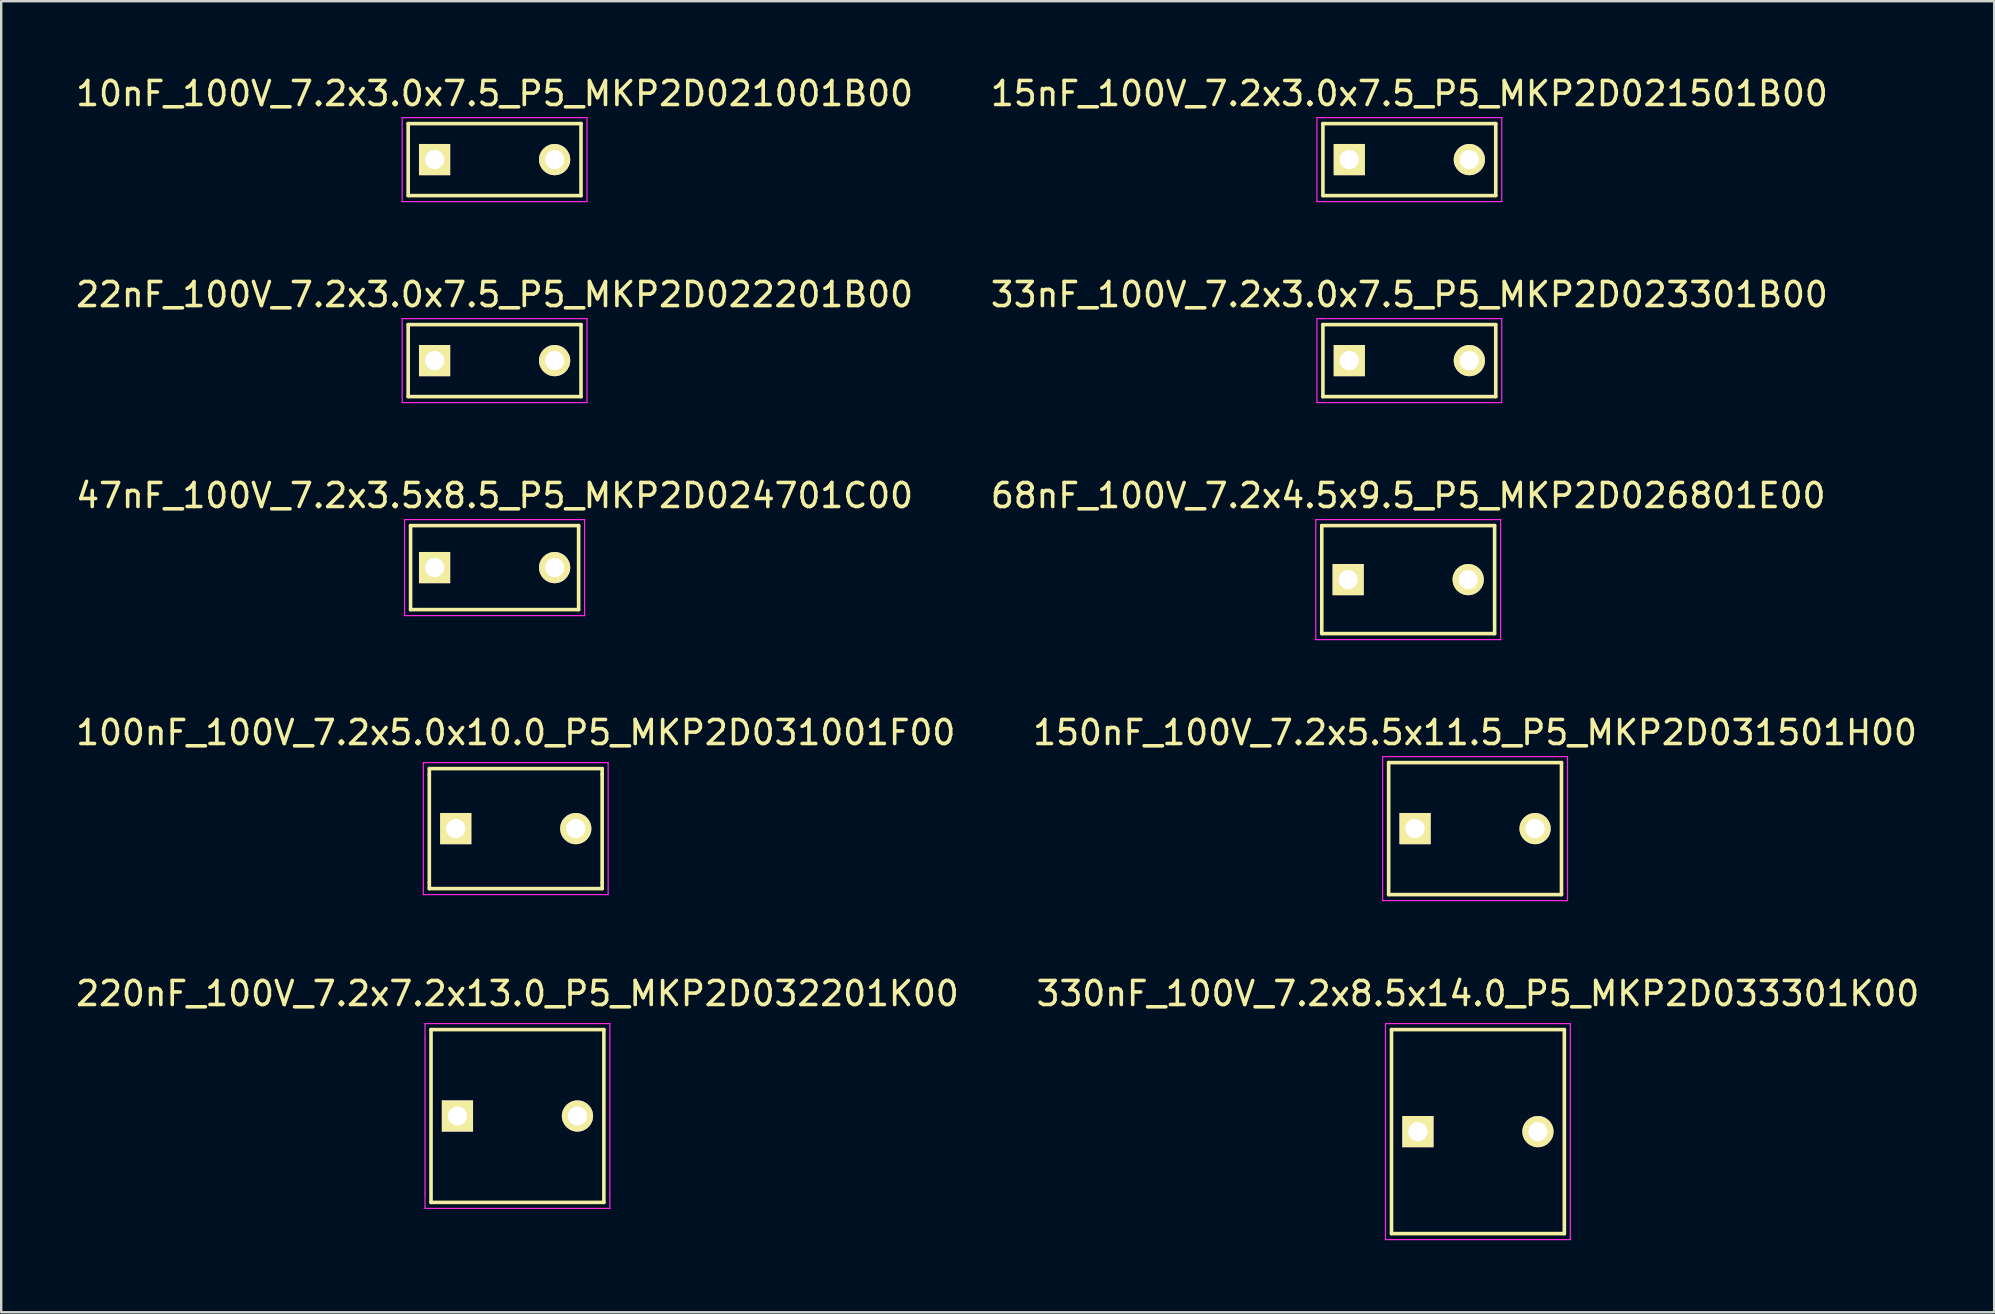
<source format=kicad_pcb>
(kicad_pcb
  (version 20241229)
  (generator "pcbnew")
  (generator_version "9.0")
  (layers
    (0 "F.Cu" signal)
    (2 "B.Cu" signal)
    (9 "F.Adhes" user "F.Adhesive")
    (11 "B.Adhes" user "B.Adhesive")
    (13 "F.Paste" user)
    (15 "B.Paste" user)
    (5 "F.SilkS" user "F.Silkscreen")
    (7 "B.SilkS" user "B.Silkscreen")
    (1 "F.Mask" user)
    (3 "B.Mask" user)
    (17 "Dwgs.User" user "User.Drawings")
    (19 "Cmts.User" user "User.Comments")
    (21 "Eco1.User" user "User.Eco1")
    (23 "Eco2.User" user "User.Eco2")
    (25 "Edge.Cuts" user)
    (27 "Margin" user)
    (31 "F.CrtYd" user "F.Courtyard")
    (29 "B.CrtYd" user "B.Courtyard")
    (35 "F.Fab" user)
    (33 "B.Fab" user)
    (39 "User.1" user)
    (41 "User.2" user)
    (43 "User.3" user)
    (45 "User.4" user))
  (footprint "10nF_100V_7.2x3.0x7.5_P5_MKP2D021001B00"
    (layer "F.Cu")
    (at 15.054 3.598)
    (property "Reference" "10nF_100V_7.2x3.0x7.5_P5_MKP2D021001B00" (at 2.5 -2.75 0) (layer "F.SilkS") (effects (font (size 1 1) (thickness 0.15))))
    (attr through_hole)
    (fp_line (start -1.1 -1.5) (end 6.1 -1.5) (stroke (width 0.15) (type solid)) (layer "F.SilkS"))
    (fp_line (start -1.1 1.5) (end -1.1 -1.5) (stroke (width 0.15) (type solid)) (layer "F.SilkS"))
    (fp_line (start 6.1 -1.5) (end 6.1 1.5) (stroke (width 0.15) (type solid)) (layer "F.SilkS"))
    (fp_line (start 6.1 1.5) (end -1.1 1.5) (stroke (width 0.15) (type solid)) (layer "F.SilkS"))
    (fp_line (start -1.35 1.75) (end -1.35 -1.75) (stroke (width 0.05) (type solid)) (layer "F.CrtYd"))
    (fp_line (start -1.2 -1.75) (end 6.3 -1.75) (stroke (width 0.05) (type solid)) (layer "F.CrtYd"))
    (fp_line (start -1.15 -1.75) (end -1.35 -1.75) (stroke (width 0.05) (type solid)) (layer "F.CrtYd"))
    (fp_line (start -1.15 1.75) (end -1.35 1.75) (stroke (width 0.05) (type solid)) (layer "F.CrtYd"))
    (fp_line (start 6.35 -1.75) (end 6.3 -1.75) (stroke (width 0.05) (type solid)) (layer "F.CrtYd"))
    (fp_line (start 6.35 1.75) (end -1.15 1.75) (stroke (width 0.05) (type solid)) (layer "F.CrtYd"))
    (fp_line (start 6.35 1.75) (end 6.35 -1.75) (stroke (width 0.05) (type solid)) (layer "F.CrtYd"))
    (pad "1" thru_hole rect (at 0 0) (size 1.3 1.3) (drill 0.8) (layers "*.Cu" "*.Mask" "F.SilkS"))
    (pad "2" thru_hole circle (at 5 0) (size 1.3 1.3) (drill 0.8) (layers "*.Cu" "*.Mask" "F.SilkS")))
  (footprint "15nF_100V_7.2x3.0x7.5_P5_MKP2D021501B00"
    (layer "F.Cu")
    (at 53.161 3.598)
    (property "Reference" "15nF_100V_7.2x3.0x7.5_P5_MKP2D021501B00" (at 2.5 -2.75 0) (layer "F.SilkS") (effects (font (size 1 1) (thickness 0.15))))
    (attr through_hole)
    (fp_line (start -1.1 -1.5) (end 6.1 -1.5) (stroke (width 0.15) (type solid)) (layer "F.SilkS"))
    (fp_line (start -1.1 1.5) (end -1.1 -1.5) (stroke (width 0.15) (type solid)) (layer "F.SilkS"))
    (fp_line (start 6.1 -1.5) (end 6.1 1.5) (stroke (width 0.15) (type solid)) (layer "F.SilkS"))
    (fp_line (start 6.1 1.5) (end -1.1 1.5) (stroke (width 0.15) (type solid)) (layer "F.SilkS"))
    (fp_line (start -1.35 1.75) (end -1.35 -1.75) (stroke (width 0.05) (type solid)) (layer "F.CrtYd"))
    (fp_line (start -1.2 -1.75) (end 6.3 -1.75) (stroke (width 0.05) (type solid)) (layer "F.CrtYd"))
    (fp_line (start -1.15 -1.75) (end -1.35 -1.75) (stroke (width 0.05) (type solid)) (layer "F.CrtYd"))
    (fp_line (start -1.15 1.75) (end -1.35 1.75) (stroke (width 0.05) (type solid)) (layer "F.CrtYd"))
    (fp_line (start 6.35 -1.75) (end 6.3 -1.75) (stroke (width 0.05) (type solid)) (layer "F.CrtYd"))
    (fp_line (start 6.35 1.75) (end -1.15 1.75) (stroke (width 0.05) (type solid)) (layer "F.CrtYd"))
    (fp_line (start 6.35 1.75) (end 6.35 -1.75) (stroke (width 0.05) (type solid)) (layer "F.CrtYd"))
    (pad "1" thru_hole rect (at 0 0) (size 1.3 1.3) (drill 0.8) (layers "*.Cu" "*.Mask" "F.SilkS"))
    (pad "2" thru_hole circle (at 5 0) (size 1.3 1.3) (drill 0.8) (layers "*.Cu" "*.Mask" "F.SilkS")))
  (footprint "33nF_100V_7.2x3.0x7.5_P5_MKP2D023301B00"
    (layer "F.Cu")
    (at 53.161 11.972)
    (property "Reference" "33nF_100V_7.2x3.0x7.5_P5_MKP2D023301B00" (at 2.5 -2.75 0) (layer "F.SilkS") (effects (font (size 1 1) (thickness 0.15))))
    (attr through_hole)
    (fp_line (start -1.1 -1.5) (end 6.1 -1.5) (stroke (width 0.15) (type solid)) (layer "F.SilkS"))
    (fp_line (start -1.1 1.5) (end -1.1 -1.5) (stroke (width 0.15) (type solid)) (layer "F.SilkS"))
    (fp_line (start 6.1 -1.5) (end 6.1 1.5) (stroke (width 0.15) (type solid)) (layer "F.SilkS"))
    (fp_line (start 6.1 1.5) (end -1.1 1.5) (stroke (width 0.15) (type solid)) (layer "F.SilkS"))
    (fp_line (start -1.35 1.75) (end -1.35 -1.75) (stroke (width 0.05) (type solid)) (layer "F.CrtYd"))
    (fp_line (start -1.2 -1.75) (end 6.3 -1.75) (stroke (width 0.05) (type solid)) (layer "F.CrtYd"))
    (fp_line (start -1.15 -1.75) (end -1.35 -1.75) (stroke (width 0.05) (type solid)) (layer "F.CrtYd"))
    (fp_line (start -1.15 1.75) (end -1.35 1.75) (stroke (width 0.05) (type solid)) (layer "F.CrtYd"))
    (fp_line (start 6.35 -1.75) (end 6.3 -1.75) (stroke (width 0.05) (type solid)) (layer "F.CrtYd"))
    (fp_line (start 6.35 1.75) (end -1.15 1.75) (stroke (width 0.05) (type solid)) (layer "F.CrtYd"))
    (fp_line (start 6.35 1.75) (end 6.35 -1.75) (stroke (width 0.05) (type solid)) (layer "F.CrtYd"))
    (pad "1" thru_hole rect (at 0 0) (size 1.3 1.3) (drill 0.8) (layers "*.Cu" "*.Mask" "F.SilkS"))
    (pad "2" thru_hole circle (at 5 0) (size 1.3 1.3) (drill 0.8) (layers "*.Cu" "*.Mask" "F.SilkS")))
  (footprint "47nF_100V_7.2x3.5x8.5_P5_MKP2D024701C00"
    (layer "F.Cu")
    (at 15.054 20.595)
    (property "Reference" "47nF_100V_7.2x3.5x8.5_P5_MKP2D024701C00" (at 2.5 -3 0) (layer "F.SilkS") (effects (font (size 1 1) (thickness 0.15))))
    (attr through_hole)
    (fp_line (start -1 -1.75) (end 6 -1.75) (stroke (width 0.15) (type solid)) (layer "F.SilkS"))
    (fp_line (start -1 1.75) (end -1 -1.75) (stroke (width 0.15) (type solid)) (layer "F.SilkS"))
    (fp_line (start 6 -1.75) (end 6 1.75) (stroke (width 0.15) (type solid)) (layer "F.SilkS"))
    (fp_line (start 6 1.75) (end -1 1.75) (stroke (width 0.15) (type solid)) (layer "F.SilkS"))
    (fp_line (start -1.25 -2) (end 6.25 -2) (stroke (width 0.05) (type solid)) (layer "F.CrtYd"))
    (fp_line (start -1.25 2) (end -1.25 -2) (stroke (width 0.05) (type solid)) (layer "F.CrtYd"))
    (fp_line (start 6.25 -2) (end 6.25 2) (stroke (width 0.05) (type solid)) (layer "F.CrtYd"))
    (fp_line (start 6.25 2) (end -1.25 2) (stroke (width 0.05) (type solid)) (layer "F.CrtYd"))
    (pad "1" thru_hole rect (at 0 0) (size 1.3 1.3) (drill 0.8) (layers "*.Cu" "*.Mask" "F.SilkS"))
    (pad "2" thru_hole circle (at 5 0) (size 1.3 1.3) (drill 0.8) (layers "*.Cu" "*.Mask" "F.SilkS")))
  (footprint "22nF_100V_7.2x3.0x7.5_P5_MKP2D022201B00"
    (layer "F.Cu")
    (at 15.054 11.972)
    (property "Reference" "22nF_100V_7.2x3.0x7.5_P5_MKP2D022201B00" (at 2.5 -2.75 0) (layer "F.SilkS") (effects (font (size 1 1) (thickness 0.15))))
    (attr through_hole)
    (fp_line (start -1.1 -1.5) (end 6.1 -1.5) (stroke (width 0.15) (type solid)) (layer "F.SilkS"))
    (fp_line (start -1.1 1.5) (end -1.1 -1.5) (stroke (width 0.15) (type solid)) (layer "F.SilkS"))
    (fp_line (start 6.1 -1.5) (end 6.1 1.5) (stroke (width 0.15) (type solid)) (layer "F.SilkS"))
    (fp_line (start 6.1 1.5) (end -1.1 1.5) (stroke (width 0.15) (type solid)) (layer "F.SilkS"))
    (fp_line (start -1.35 1.75) (end -1.35 -1.75) (stroke (width 0.05) (type solid)) (layer "F.CrtYd"))
    (fp_line (start -1.2 -1.75) (end 6.3 -1.75) (stroke (width 0.05) (type solid)) (layer "F.CrtYd"))
    (fp_line (start -1.15 -1.75) (end -1.35 -1.75) (stroke (width 0.05) (type solid)) (layer "F.CrtYd"))
    (fp_line (start -1.15 1.75) (end -1.35 1.75) (stroke (width 0.05) (type solid)) (layer "F.CrtYd"))
    (fp_line (start 6.35 -1.75) (end 6.3 -1.75) (stroke (width 0.05) (type solid)) (layer "F.CrtYd"))
    (fp_line (start 6.35 1.75) (end -1.15 1.75) (stroke (width 0.05) (type solid)) (layer "F.CrtYd"))
    (fp_line (start 6.35 1.75) (end 6.35 -1.75) (stroke (width 0.05) (type solid)) (layer "F.CrtYd"))
    (pad "1" thru_hole rect (at 0 0) (size 1.3 1.3) (drill 0.8) (layers "*.Cu" "*.Mask" "F.SilkS"))
    (pad "2" thru_hole circle (at 5 0) (size 1.3 1.3) (drill 0.8) (layers "*.Cu" "*.Mask" "F.SilkS")))
  (footprint "330nF_100V_7.2x8.5x14.0_P5_MKP2D033301K00"
    (layer "F.Cu")
    (at 56.018 44.091)
    (property "Reference" "330nF_100V_7.2x8.5x14.0_P5_MKP2D033301K00" (at 2.5 -5.75 0) (layer "F.SilkS") (effects (font (size 1 1) (thickness 0.15))))
    (attr through_hole)
    (fp_line (start -1.1 -4.25) (end 6.1 -4.25) (stroke (width 0.15) (type solid)) (layer "F.SilkS"))
    (fp_line (start -1.1 4.25) (end -1.1 -4.25) (stroke (width 0.15) (type solid)) (layer "F.SilkS"))
    (fp_line (start 6.1 -4.25) (end 6.1 4.25) (stroke (width 0.15) (type solid)) (layer "F.SilkS"))
    (fp_line (start 6.1 4.25) (end -1.1 4.25) (stroke (width 0.15) (type solid)) (layer "F.SilkS"))
    (fp_line (start -1.35 -4.5) (end -1.35 4.5) (stroke (width 0.05) (type solid)) (layer "F.CrtYd"))
    (fp_line (start -1.15 -4.5) (end -1.35 -4.5) (stroke (width 0.05) (type solid)) (layer "F.CrtYd"))
    (fp_line (start -1.15 -4.5) (end 6.35 -4.5) (stroke (width 0.05) (type solid)) (layer "F.CrtYd"))
    (fp_line (start -1.15 4.5) (end -1.35 4.5) (stroke (width 0.05) (type solid)) (layer "F.CrtYd"))
    (fp_line (start 6.35 4.5) (end -1.15 4.5) (stroke (width 0.05) (type solid)) (layer "F.CrtYd"))
    (fp_line (start 6.35 4.5) (end 6.35 -4.5) (stroke (width 0.05) (type solid)) (layer "F.CrtYd"))
    (pad "1" thru_hole rect (at 0 0) (size 1.3 1.3) (drill 0.8) (layers "*.Cu" "*.Mask" "F.SilkS"))
    (pad "2" thru_hole circle (at 5 0) (size 1.3 1.3) (drill 0.8) (layers "*.Cu" "*.Mask" "F.SilkS")))
  (footprint "68nF_100V_7.2x4.5x9.5_P5_MKP2D026801E00"
    (layer "F.Cu")
    (at 53.113 21.095)
    (property "Reference" "68nF_100V_7.2x4.5x9.5_P5_MKP2D026801E00" (at 2.5 -3.5 0) (layer "F.SilkS") (effects (font (size 1 1) (thickness 0.15))))
    (attr through_hole)
    (fp_line (start -1.1 -2.25) (end 6.1 -2.25) (stroke (width 0.15) (type solid)) (layer "F.SilkS"))
    (fp_line (start -1.1 2.25) (end -1.1 -2.25) (stroke (width 0.15) (type solid)) (layer "F.SilkS"))
    (fp_line (start 6.1 -2.25) (end 6.1 2.25) (stroke (width 0.15) (type solid)) (layer "F.SilkS"))
    (fp_line (start 6.1 2.25) (end -1.1 2.25) (stroke (width 0.15) (type solid)) (layer "F.SilkS"))
    (fp_line (start -1.35 2.5) (end -1.35 -2.5) (stroke (width 0.05) (type solid)) (layer "F.CrtYd"))
    (fp_line (start -1.15 -2.5) (end -1.35 -2.5) (stroke (width 0.05) (type solid)) (layer "F.CrtYd"))
    (fp_line (start -1.15 -2.5) (end 6.35 -2.5) (stroke (width 0.05) (type solid)) (layer "F.CrtYd"))
    (fp_line (start -1.15 2.5) (end -1.35 2.5) (stroke (width 0.05) (type solid)) (layer "F.CrtYd"))
    (fp_line (start 6.35 2.5) (end -1.15 2.5) (stroke (width 0.05) (type solid)) (layer "F.CrtYd"))
    (fp_line (start 6.35 2.5) (end 6.35 -2.5) (stroke (width 0.05) (type solid)) (layer "F.CrtYd"))
    (pad "1" thru_hole rect (at 0 0) (size 1.3 1.3) (drill 0.8) (layers "*.Cu" "*.Mask" "F.SilkS"))
    (pad "2" thru_hole circle (at 5 0) (size 1.3 1.3) (drill 0.8) (layers "*.Cu" "*.Mask" "F.SilkS")))
  (footprint "100nF_100V_7.2x5.0x10.0_P5_MKP2D031001F00"
    (layer "F.Cu")
    (at 15.935 31.468)
    (property "Reference" "100nF_100V_7.2x5.0x10.0_P5_MKP2D031001F00" (at 2.5 -4 0) (layer "F.SilkS") (effects (font (size 1 1) (thickness 0.15))))
    (attr through_hole)
    (fp_line (start -1.1 -2.5) (end -1.1 -2.25) (stroke (width 0.15) (type solid)) (layer "F.SilkS"))
    (fp_line (start -1.1 -2.5) (end 6.1 -2.5) (stroke (width 0.15) (type solid)) (layer "F.SilkS"))
    (fp_line (start -1.1 2.25) (end -1.1 -2.25) (stroke (width 0.15) (type solid)) (layer "F.SilkS"))
    (fp_line (start -1.1 2.25) (end -1.1 2.5) (stroke (width 0.15) (type solid)) (layer "F.SilkS"))
    (fp_line (start 6.1 -2.25) (end 6.1 -2.5) (stroke (width 0.15) (type solid)) (layer "F.SilkS"))
    (fp_line (start 6.1 -2.25) (end 6.1 2.25) (stroke (width 0.15) (type solid)) (layer "F.SilkS"))
    (fp_line (start 6.1 2.25) (end 6.1 2.5) (stroke (width 0.15) (type solid)) (layer "F.SilkS"))
    (fp_line (start 6.1 2.5) (end -1.1 2.5) (stroke (width 0.15) (type solid)) (layer "F.SilkS"))
    (fp_line (start -1.35 2.75) (end -1.35 -2.75) (stroke (width 0.05) (type solid)) (layer "F.CrtYd"))
    (fp_line (start -1.15 -2.75) (end -1.35 -2.75) (stroke (width 0.05) (type solid)) (layer "F.CrtYd"))
    (fp_line (start -1.15 -2.75) (end 6.35 -2.75) (stroke (width 0.05) (type solid)) (layer "F.CrtYd"))
    (fp_line (start -1.15 2.75) (end -1.35 2.75) (stroke (width 0.05) (type solid)) (layer "F.CrtYd"))
    (fp_line (start 6.35 -2.75) (end 6.35 2.75) (stroke (width 0.05) (type solid)) (layer "F.CrtYd"))
    (fp_line (start 6.35 2.75) (end -1.15 2.75) (stroke (width 0.05) (type solid)) (layer "F.CrtYd"))
    (pad "1" thru_hole rect (at 0 0) (size 1.3 1.3) (drill 0.8) (layers "*.Cu" "*.Mask" "F.SilkS"))
    (pad "2" thru_hole circle (at 5 0) (size 1.3 1.3) (drill 0.8) (layers "*.Cu" "*.Mask" "F.SilkS")))
  (footprint "220nF_100V_7.2x7.2x13.0_P5_MKP2D032201K00"
    (layer "F.Cu")
    (at 16.006 43.441)
    (property "Reference" "220nF_100V_7.2x7.2x13.0_P5_MKP2D032201K00" (at 2.5 -5.1 0) (layer "F.SilkS") (effects (font (size 1 1) (thickness 0.15))))
    (attr through_hole)
    (fp_line (start -1.1 -3.6) (end -1.1 3.6) (stroke (width 0.15) (type solid)) (layer "F.SilkS"))
    (fp_line (start -1.1 -3.6) (end 6.1 -3.6) (stroke (width 0.15) (type solid)) (layer "F.SilkS"))
    (fp_line (start 6.1 -3.6) (end 6.1 3.6) (stroke (width 0.15) (type solid)) (layer "F.SilkS"))
    (fp_line (start 6.1 3.6) (end -1.1 3.6) (stroke (width 0.15) (type solid)) (layer "F.SilkS"))
    (fp_line (start -1.35 -3.25) (end -1.35 -3.85) (stroke (width 0.05) (type solid)) (layer "F.CrtYd"))
    (fp_line (start -1.35 3.25) (end -1.35 -3.25) (stroke (width 0.05) (type solid)) (layer "F.CrtYd"))
    (fp_line (start -1.35 3.25) (end -1.35 3.85) (stroke (width 0.05) (type solid)) (layer "F.CrtYd"))
    (fp_line (start -1.15 -3.85) (end -1.35 -3.85) (stroke (width 0.05) (type solid)) (layer "F.CrtYd"))
    (fp_line (start -1.15 -3.85) (end 6.35 -3.85) (stroke (width 0.05) (type solid)) (layer "F.CrtYd"))
    (fp_line (start -1.15 3.85) (end -1.35 3.85) (stroke (width 0.05) (type solid)) (layer "F.CrtYd"))
    (fp_line (start 6.35 -3.85) (end 6.35 -3.25) (stroke (width 0.05) (type solid)) (layer "F.CrtYd"))
    (fp_line (start 6.35 -3.25) (end 6.35 3.25) (stroke (width 0.05) (type solid)) (layer "F.CrtYd"))
    (fp_line (start 6.35 3.25) (end 6.35 3.85) (stroke (width 0.05) (type solid)) (layer "F.CrtYd"))
    (fp_line (start 6.35 3.85) (end -1.15 3.85) (stroke (width 0.05) (type solid)) (layer "F.CrtYd"))
    (pad "1" thru_hole rect (at 0 0) (size 1.3 1.3) (drill 0.8) (layers "*.Cu" "*.Mask" "F.SilkS"))
    (pad "2" thru_hole circle (at 5 0) (size 1.3 1.3) (drill 0.8) (layers "*.Cu" "*.Mask" "F.SilkS")))
  (footprint "150nF_100V_7.2x5.5x11.5_P5_MKP2D031501H00"
    (layer "F.Cu")
    (at 55.899 31.468)
    (property "Reference" "150nF_100V_7.2x5.5x11.5_P5_MKP2D031501H00" (at 2.5 -4 0) (layer "F.SilkS") (effects (font (size 1 1) (thickness 0.15))))
    (attr through_hole)
    (fp_line (start -1.1 -2.75) (end 6.1 -2.75) (stroke (width 0.15) (type solid)) (layer "F.SilkS"))
    (fp_line (start -1.1 2.75) (end -1.1 -2.75) (stroke (width 0.15) (type solid)) (layer "F.SilkS"))
    (fp_line (start 6.1 -2.75) (end 6.1 2.75) (stroke (width 0.15) (type solid)) (layer "F.SilkS"))
    (fp_line (start 6.1 2.75) (end -1.1 2.75) (stroke (width 0.15) (type solid)) (layer "F.SilkS"))
    (fp_line (start -1.35 3) (end -1.35 -3) (stroke (width 0.05) (type solid)) (layer "F.CrtYd"))
    (fp_line (start -1.15 -3) (end -1.35 -3) (stroke (width 0.05) (type solid)) (layer "F.CrtYd"))
    (fp_line (start -1.15 -3) (end 6.35 -3) (stroke (width 0.05) (type solid)) (layer "F.CrtYd"))
    (fp_line (start -1.15 3) (end -1.35 3) (stroke (width 0.05) (type solid)) (layer "F.CrtYd"))
    (fp_line (start 6.35 -3) (end 6.35 3) (stroke (width 0.05) (type solid)) (layer "F.CrtYd"))
    (fp_line (start 6.35 3) (end -1.15 3) (stroke (width 0.05) (type solid)) (layer "F.CrtYd"))
    (pad "1" thru_hole rect (at 0 0) (size 1.3 1.3) (drill 0.8) (layers "*.Cu" "*.Mask" "F.SilkS"))
    (pad "2" thru_hole circle (at 5 0) (size 1.3 1.3) (drill 0.8) (layers "*.Cu" "*.Mask" "F.SilkS")))
  (gr_rect
    (start -3 -3)
    (end 80.024 51.616)
    (stroke (width 0.1) (type default))
    (fill no)
    (layer "Edge.Cuts")))
</source>
